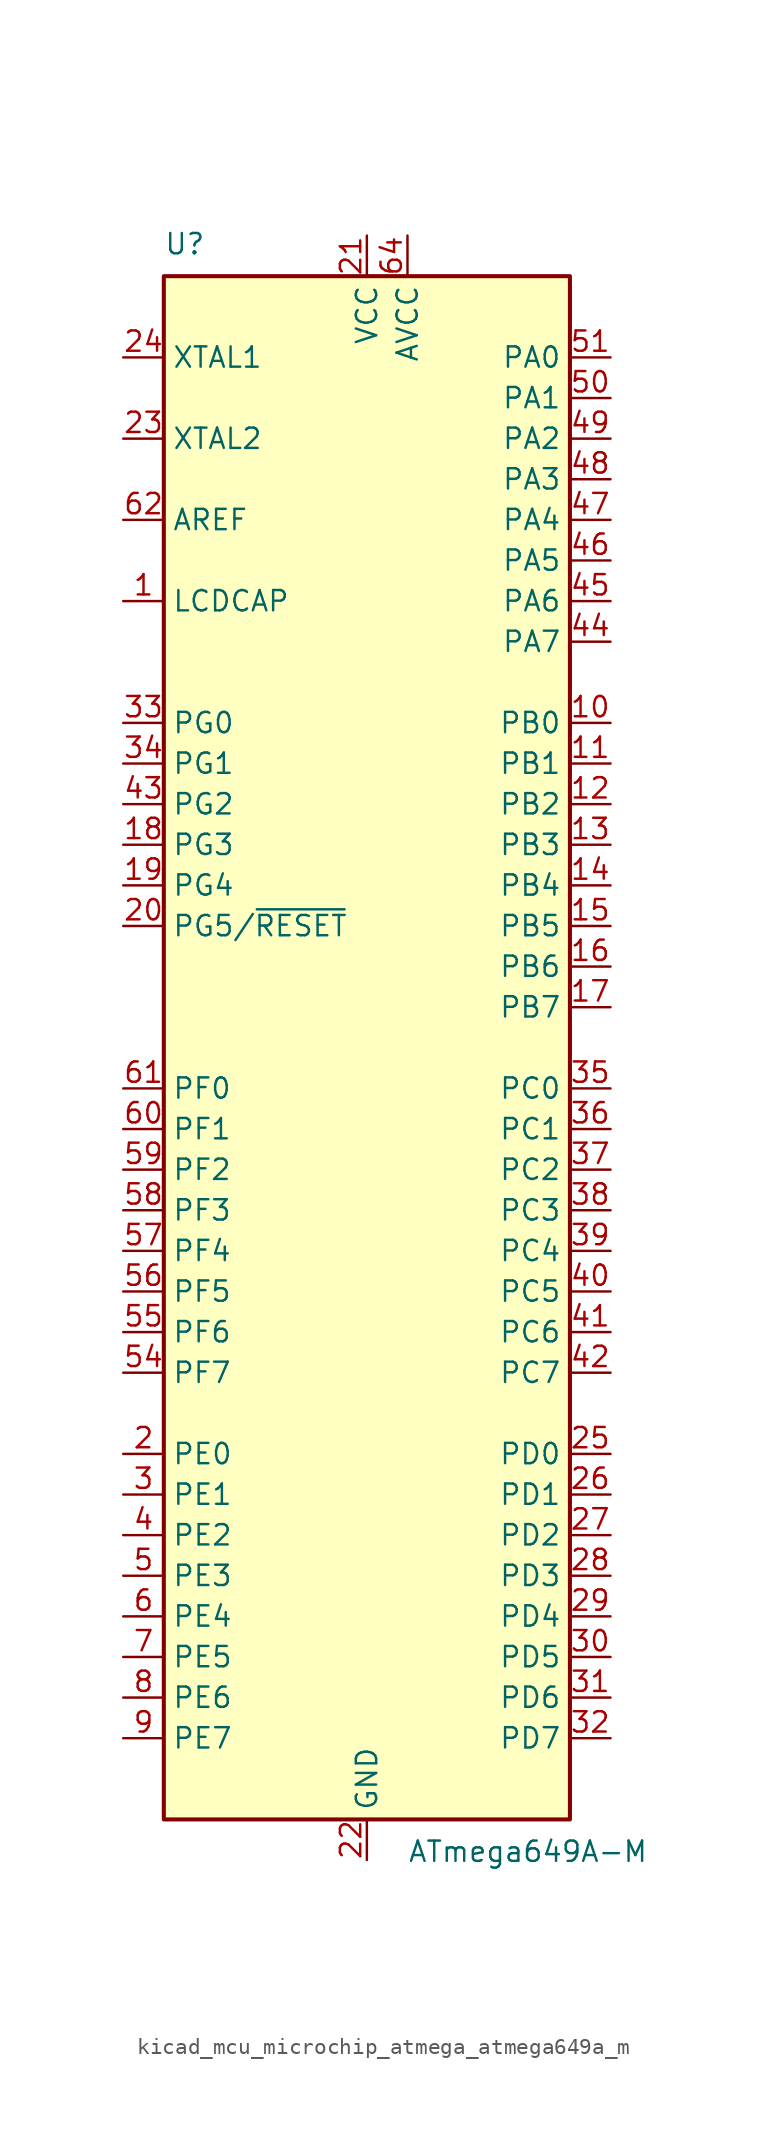
<source format=kicad_sym>
(kicad_symbol_lib
  (version 20220914)
  (generator kicad_symbol_editor)
  (symbol "kicad_mcu_microchip_atmega_atmega649a_m"
    (property "Reference" "U"
      (at -12.7 49.53 0)
      (effects (font (size 1.27 1.27)) (justify left bottom)))
    (property "Value" "ATmega649A-M"
      (at 2.54 -49.53 0)
      (effects (font (size 1.27 1.27)) (justify left top)))
    (symbol "kicad_mcu_microchip_atmega_atmega649a_m_0_1"
      (rectangle (start -12.7 -48.26) (end 12.7 48.26) (stroke (width 0.254) (type default)) (fill (type background))))
    (symbol "kicad_mcu_microchip_atmega_atmega649a_m_1_1"
      (pin passive line (at -15.24 27.94 0) (length 2.54) (name "LCDCAP" (effects (font (size 1.27 1.27)))) (number "1" (effects (font (size 1.27 1.27)))))
      (pin bidirectional line (at 15.24 20.32 180) (length 2.54) (name "PB0" (effects (font (size 1.27 1.27)))) (number "10" (effects (font (size 1.27 1.27)))))
      (pin bidirectional line (at 15.24 17.78 180) (length 2.54) (name "PB1" (effects (font (size 1.27 1.27)))) (number "11" (effects (font (size 1.27 1.27)))))
      (pin bidirectional line (at 15.24 15.24 180) (length 2.54) (name "PB2" (effects (font (size 1.27 1.27)))) (number "12" (effects (font (size 1.27 1.27)))))
      (pin bidirectional line (at 15.24 12.7 180) (length 2.54) (name "PB3" (effects (font (size 1.27 1.27)))) (number "13" (effects (font (size 1.27 1.27)))))
      (pin bidirectional line (at 15.24 10.16 180) (length 2.54) (name "PB4" (effects (font (size 1.27 1.27)))) (number "14" (effects (font (size 1.27 1.27)))))
      (pin bidirectional line (at 15.24 7.62 180) (length 2.54) (name "PB5" (effects (font (size 1.27 1.27)))) (number "15" (effects (font (size 1.27 1.27)))))
      (pin bidirectional line (at 15.24 5.08 180) (length 2.54) (name "PB6" (effects (font (size 1.27 1.27)))) (number "16" (effects (font (size 1.27 1.27)))))
      (pin bidirectional line (at 15.24 2.54 180) (length 2.54) (name "PB7" (effects (font (size 1.27 1.27)))) (number "17" (effects (font (size 1.27 1.27)))))
      (pin bidirectional line (at -15.24 12.7 0) (length 2.54) (name "PG3" (effects (font (size 1.27 1.27)))) (number "18" (effects (font (size 1.27 1.27)))))
      (pin bidirectional line (at -15.24 10.16 0) (length 2.54) (name "PG4" (effects (font (size 1.27 1.27)))) (number "19" (effects (font (size 1.27 1.27)))))
      (pin bidirectional line (at -15.24 -25.4 0) (length 2.54) (name "PE0" (effects (font (size 1.27 1.27)))) (number "2" (effects (font (size 1.27 1.27)))))
      (pin bidirectional line (at -15.24 7.62 0) (length 2.54) (name "PG5/~{RESET}" (effects (font (size 1.27 1.27)))) (number "20" (effects (font (size 1.27 1.27)))))
      (pin power_in line (at 0 50.8 270) (length 2.54) (name "VCC" (effects (font (size 1.27 1.27)))) (number "21" (effects (font (size 1.27 1.27)))))
      (pin power_in line (at 0 -50.8 90) (length 2.54) (name "GND" (effects (font (size 1.27 1.27)))) (number "22" (effects (font (size 1.27 1.27)))))
      (pin output line (at -15.24 38.1 0) (length 2.54) (name "XTAL2" (effects (font (size 1.27 1.27)))) (number "23" (effects (font (size 1.27 1.27)))))
      (pin input line (at -15.24 43.18 0) (length 2.54) (name "XTAL1" (effects (font (size 1.27 1.27)))) (number "24" (effects (font (size 1.27 1.27)))))
      (pin bidirectional line (at 15.24 -25.4 180) (length 2.54) (name "PD0" (effects (font (size 1.27 1.27)))) (number "25" (effects (font (size 1.27 1.27)))))
      (pin bidirectional line (at 15.24 -27.94 180) (length 2.54) (name "PD1" (effects (font (size 1.27 1.27)))) (number "26" (effects (font (size 1.27 1.27)))))
      (pin bidirectional line (at 15.24 -30.48 180) (length 2.54) (name "PD2" (effects (font (size 1.27 1.27)))) (number "27" (effects (font (size 1.27 1.27)))))
      (pin bidirectional line (at 15.24 -33.02 180) (length 2.54) (name "PD3" (effects (font (size 1.27 1.27)))) (number "28" (effects (font (size 1.27 1.27)))))
      (pin bidirectional line (at 15.24 -35.56 180) (length 2.54) (name "PD4" (effects (font (size 1.27 1.27)))) (number "29" (effects (font (size 1.27 1.27)))))
      (pin bidirectional line (at -15.24 -27.94 0) (length 2.54) (name "PE1" (effects (font (size 1.27 1.27)))) (number "3" (effects (font (size 1.27 1.27)))))
      (pin bidirectional line (at 15.24 -38.1 180) (length 2.54) (name "PD5" (effects (font (size 1.27 1.27)))) (number "30" (effects (font (size 1.27 1.27)))))
      (pin bidirectional line (at 15.24 -40.64 180) (length 2.54) (name "PD6" (effects (font (size 1.27 1.27)))) (number "31" (effects (font (size 1.27 1.27)))))
      (pin bidirectional line (at 15.24 -43.18 180) (length 2.54) (name "PD7" (effects (font (size 1.27 1.27)))) (number "32" (effects (font (size 1.27 1.27)))))
      (pin bidirectional line (at -15.24 20.32 0) (length 2.54) (name "PG0" (effects (font (size 1.27 1.27)))) (number "33" (effects (font (size 1.27 1.27)))))
      (pin bidirectional line (at -15.24 17.78 0) (length 2.54) (name "PG1" (effects (font (size 1.27 1.27)))) (number "34" (effects (font (size 1.27 1.27)))))
      (pin bidirectional line (at 15.24 -2.54 180) (length 2.54) (name "PC0" (effects (font (size 1.27 1.27)))) (number "35" (effects (font (size 1.27 1.27)))))
      (pin bidirectional line (at 15.24 -5.08 180) (length 2.54) (name "PC1" (effects (font (size 1.27 1.27)))) (number "36" (effects (font (size 1.27 1.27)))))
      (pin bidirectional line (at 15.24 -7.62 180) (length 2.54) (name "PC2" (effects (font (size 1.27 1.27)))) (number "37" (effects (font (size 1.27 1.27)))))
      (pin bidirectional line (at 15.24 -10.16 180) (length 2.54) (name "PC3" (effects (font (size 1.27 1.27)))) (number "38" (effects (font (size 1.27 1.27)))))
      (pin bidirectional line (at 15.24 -12.7 180) (length 2.54) (name "PC4" (effects (font (size 1.27 1.27)))) (number "39" (effects (font (size 1.27 1.27)))))
      (pin bidirectional line (at -15.24 -30.48 0) (length 2.54) (name "PE2" (effects (font (size 1.27 1.27)))) (number "4" (effects (font (size 1.27 1.27)))))
      (pin bidirectional line (at 15.24 -15.24 180) (length 2.54) (name "PC5" (effects (font (size 1.27 1.27)))) (number "40" (effects (font (size 1.27 1.27)))))
      (pin bidirectional line (at 15.24 -17.78 180) (length 2.54) (name "PC6" (effects (font (size 1.27 1.27)))) (number "41" (effects (font (size 1.27 1.27)))))
      (pin bidirectional line (at 15.24 -20.32 180) (length 2.54) (name "PC7" (effects (font (size 1.27 1.27)))) (number "42" (effects (font (size 1.27 1.27)))))
      (pin bidirectional line (at -15.24 15.24 0) (length 2.54) (name "PG2" (effects (font (size 1.27 1.27)))) (number "43" (effects (font (size 1.27 1.27)))))
      (pin bidirectional line (at 15.24 25.4 180) (length 2.54) (name "PA7" (effects (font (size 1.27 1.27)))) (number "44" (effects (font (size 1.27 1.27)))))
      (pin bidirectional line (at 15.24 27.94 180) (length 2.54) (name "PA6" (effects (font (size 1.27 1.27)))) (number "45" (effects (font (size 1.27 1.27)))))
      (pin bidirectional line (at 15.24 30.48 180) (length 2.54) (name "PA5" (effects (font (size 1.27 1.27)))) (number "46" (effects (font (size 1.27 1.27)))))
      (pin bidirectional line (at 15.24 33.02 180) (length 2.54) (name "PA4" (effects (font (size 1.27 1.27)))) (number "47" (effects (font (size 1.27 1.27)))))
      (pin bidirectional line (at 15.24 35.56 180) (length 2.54) (name "PA3" (effects (font (size 1.27 1.27)))) (number "48" (effects (font (size 1.27 1.27)))))
      (pin bidirectional line (at 15.24 38.1 180) (length 2.54) (name "PA2" (effects (font (size 1.27 1.27)))) (number "49" (effects (font (size 1.27 1.27)))))
      (pin bidirectional line (at -15.24 -33.02 0) (length 2.54) (name "PE3" (effects (font (size 1.27 1.27)))) (number "5" (effects (font (size 1.27 1.27)))))
      (pin bidirectional line (at 15.24 40.64 180) (length 2.54) (name "PA1" (effects (font (size 1.27 1.27)))) (number "50" (effects (font (size 1.27 1.27)))))
      (pin bidirectional line (at 15.24 43.18 180) (length 2.54) (name "PA0" (effects (font (size 1.27 1.27)))) (number "51" (effects (font (size 1.27 1.27)))))
      (pin passive line (at 0 50.8 270) (length 2.54) hide (name "VCC" (effects (font (size 1.27 1.27)))) (number "52" (effects (font (size 1.27 1.27)))))
      (pin passive line (at 0 -50.8 90) (length 2.54) hide (name "GND" (effects (font (size 1.27 1.27)))) (number "53" (effects (font (size 1.27 1.27)))))
      (pin bidirectional line (at -15.24 -20.32 0) (length 2.54) (name "PF7" (effects (font (size 1.27 1.27)))) (number "54" (effects (font (size 1.27 1.27)))))
      (pin bidirectional line (at -15.24 -17.78 0) (length 2.54) (name "PF6" (effects (font (size 1.27 1.27)))) (number "55" (effects (font (size 1.27 1.27)))))
      (pin bidirectional line (at -15.24 -15.24 0) (length 2.54) (name "PF5" (effects (font (size 1.27 1.27)))) (number "56" (effects (font (size 1.27 1.27)))))
      (pin bidirectional line (at -15.24 -12.7 0) (length 2.54) (name "PF4" (effects (font (size 1.27 1.27)))) (number "57" (effects (font (size 1.27 1.27)))))
      (pin bidirectional line (at -15.24 -10.16 0) (length 2.54) (name "PF3" (effects (font (size 1.27 1.27)))) (number "58" (effects (font (size 1.27 1.27)))))
      (pin bidirectional line (at -15.24 -7.62 0) (length 2.54) (name "PF2" (effects (font (size 1.27 1.27)))) (number "59" (effects (font (size 1.27 1.27)))))
      (pin bidirectional line (at -15.24 -35.56 0) (length 2.54) (name "PE4" (effects (font (size 1.27 1.27)))) (number "6" (effects (font (size 1.27 1.27)))))
      (pin bidirectional line (at -15.24 -5.08 0) (length 2.54) (name "PF1" (effects (font (size 1.27 1.27)))) (number "60" (effects (font (size 1.27 1.27)))))
      (pin bidirectional line (at -15.24 -2.54 0) (length 2.54) (name "PF0" (effects (font (size 1.27 1.27)))) (number "61" (effects (font (size 1.27 1.27)))))
      (pin passive line (at -15.24 33.02 0) (length 2.54) (name "AREF" (effects (font (size 1.27 1.27)))) (number "62" (effects (font (size 1.27 1.27)))))
      (pin passive line (at 0 -50.8 90) (length 2.54) hide (name "GND" (effects (font (size 1.27 1.27)))) (number "63" (effects (font (size 1.27 1.27)))))
      (pin power_in line (at 2.54 50.8 270) (length 2.54) (name "AVCC" (effects (font (size 1.27 1.27)))) (number "64" (effects (font (size 1.27 1.27)))))
      (pin passive line (at 0 -50.8 90) (length 2.54) hide (name "GND" (effects (font (size 1.27 1.27)))) (number "65" (effects (font (size 1.27 1.27)))))
      (pin bidirectional line (at -15.24 -38.1 0) (length 2.54) (name "PE5" (effects (font (size 1.27 1.27)))) (number "7" (effects (font (size 1.27 1.27)))))
      (pin bidirectional line (at -15.24 -40.64 0) (length 2.54) (name "PE6" (effects (font (size 1.27 1.27)))) (number "8" (effects (font (size 1.27 1.27)))))
      (pin bidirectional line (at -15.24 -43.18 0) (length 2.54) (name "PE7" (effects (font (size 1.27 1.27)))) (number "9" (effects (font (size 1.27 1.27))))))))
</source>
